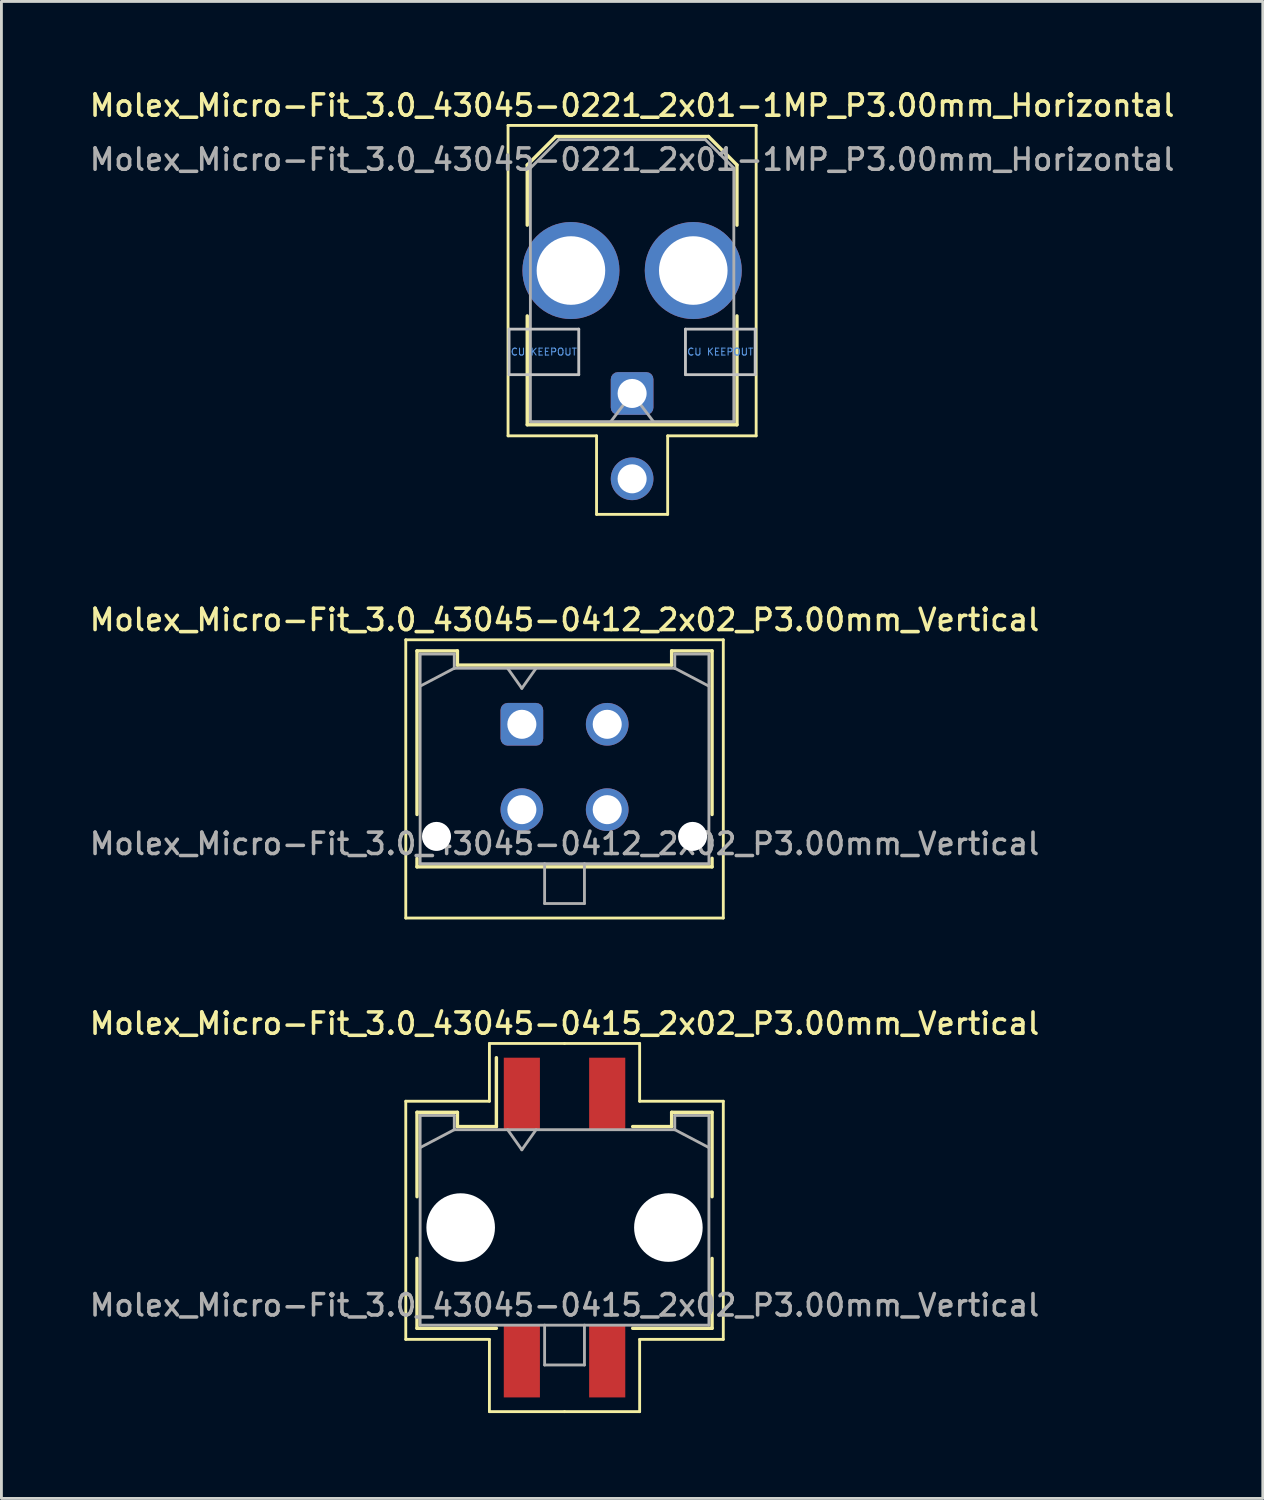
<source format=kicad_pcb>
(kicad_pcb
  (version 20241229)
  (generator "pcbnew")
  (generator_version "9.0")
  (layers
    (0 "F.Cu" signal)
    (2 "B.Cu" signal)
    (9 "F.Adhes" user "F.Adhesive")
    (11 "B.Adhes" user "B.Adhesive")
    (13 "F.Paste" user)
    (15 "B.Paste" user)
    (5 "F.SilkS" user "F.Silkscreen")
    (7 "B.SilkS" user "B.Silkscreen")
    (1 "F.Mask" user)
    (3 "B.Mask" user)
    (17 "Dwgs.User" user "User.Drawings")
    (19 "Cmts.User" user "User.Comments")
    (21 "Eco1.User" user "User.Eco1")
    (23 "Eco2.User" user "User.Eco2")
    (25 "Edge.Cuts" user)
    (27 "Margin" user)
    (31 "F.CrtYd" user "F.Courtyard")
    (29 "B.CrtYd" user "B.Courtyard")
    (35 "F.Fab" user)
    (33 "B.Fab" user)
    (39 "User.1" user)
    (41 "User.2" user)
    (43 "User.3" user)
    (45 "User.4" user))
  (footprint "Molex_Micro-Fit_3.0_43045-0412_2x02_P3.00mm_Vertical"
    (layer "F.Cu")
    (at 15.291 22.406)
    (property "Reference" "Molex_Micro-Fit_3.0_43045-0412_2x02_P3.00mm_Vertical" (at 1.5 -3.67 0) (layer "F.SilkS") (effects (font (size 0.75 0.75) (thickness 0.125))))
    (attr through_hole)
    (fp_line (start -4.08 -2.97) (end 7.08 -2.97) (stroke (width 0.1) (type solid)) (layer "F.SilkS"))
    (fp_line (start -4.08 6.81) (end -4.08 -2.97) (stroke (width 0.1) (type solid)) (layer "F.SilkS"))
    (fp_line (start -3.685 -2.58) (end -2.265 -2.58) (stroke (width 0.12) (type solid)) (layer "F.SilkS"))
    (fp_line (start -3.685 3.17) (end -3.685 -2.58) (stroke (width 0.12) (type solid)) (layer "F.SilkS"))
    (fp_line (start -3.685 4.71) (end -3.685 5.01) (stroke (width 0.12) (type solid)) (layer "F.SilkS"))
    (fp_line (start -3.685 5.01) (end 6.685 5.01) (stroke (width 0.12) (type solid)) (layer "F.SilkS"))
    (fp_line (start -2.265 -2.58) (end -2.265 -2.08) (stroke (width 0.12) (type solid)) (layer "F.SilkS"))
    (fp_line (start -2.265 -2.08) (end 5.265 -2.08) (stroke (width 0.12) (type solid)) (layer "F.SilkS"))
    (fp_line (start 5.265 -2.58) (end 6.685 -2.58) (stroke (width 0.12) (type solid)) (layer "F.SilkS"))
    (fp_line (start 5.265 -2.08) (end 5.265 -2.58) (stroke (width 0.12) (type solid)) (layer "F.SilkS"))
    (fp_line (start 6.685 -2.58) (end 6.685 3.17) (stroke (width 0.12) (type solid)) (layer "F.SilkS"))
    (fp_line (start 6.685 5.01) (end 6.685 4.71) (stroke (width 0.12) (type solid)) (layer "F.SilkS"))
    (fp_line (start 7.08 -2.97) (end 7.08 6.81) (stroke (width 0.1) (type solid)) (layer "F.SilkS"))
    (fp_line (start 7.08 6.81) (end -4.08 6.81) (stroke (width 0.1) (type solid)) (layer "F.SilkS"))
    (fp_line (start -3.575 -2.47) (end -3.575 4.9) (stroke (width 0.1) (type solid)) (layer "F.Fab"))
    (fp_line (start -3.575 -1.34) (end -2.375 -1.97) (stroke (width 0.1) (type solid)) (layer "F.Fab"))
    (fp_line (start -3.575 4.9) (end 6.575 4.9) (stroke (width 0.1) (type solid)) (layer "F.Fab"))
    (fp_line (start -2.375 -2.47) (end -3.575 -2.47) (stroke (width 0.1) (type solid)) (layer "F.Fab"))
    (fp_line (start -2.375 -1.97) (end -2.375 -2.47) (stroke (width 0.1) (type solid)) (layer "F.Fab"))
    (fp_line (start -0.5 -1.97) (end 0 -1.263) (stroke (width 0.1) (type solid)) (layer "F.Fab"))
    (fp_line (start 0 -1.263) (end 0.5 -1.97) (stroke (width 0.1) (type solid)) (layer "F.Fab"))
    (fp_line (start 0.8 4.9) (end 0.8 6.3) (stroke (width 0.1) (type solid)) (layer "F.Fab"))
    (fp_line (start 0.8 6.3) (end 2.2 6.3) (stroke (width 0.1) (type solid)) (layer "F.Fab"))
    (fp_line (start 2.2 6.3) (end 2.2 4.9) (stroke (width 0.1) (type solid)) (layer "F.Fab"))
    (fp_line (start 5.375 -2.47) (end 5.375 -1.97) (stroke (width 0.1) (type solid)) (layer "F.Fab"))
    (fp_line (start 5.375 -1.97) (end -2.375 -1.97) (stroke (width 0.1) (type solid)) (layer "F.Fab"))
    (fp_line (start 6.575 -2.47) (end 5.375 -2.47) (stroke (width 0.1) (type solid)) (layer "F.Fab"))
    (fp_line (start 6.575 -1.34) (end 5.375 -1.97) (stroke (width 0.1) (type solid)) (layer "F.Fab"))
    (fp_line (start 6.575 4.9) (end 6.575 -2.47) (stroke (width 0.1) (type solid)) (layer "F.Fab"))
    (fp_text user "${REFERENCE}" (at 1.5 4.2 0) (layer "F.Fab") (effects (font (size 0.75 0.75) (thickness 0.125))))
    (pad "" np_thru_hole circle (at -3 3.94) (size 1.02 1.02) (drill 1.02) (layers "*.Cu" "*.Mask"))
    (pad "" np_thru_hole circle (at 6 3.94) (size 1.02 1.02) (drill 1.02) (layers "*.Cu" "*.Mask"))
    (pad "1" thru_hole roundrect (at 0 0) (size 1.5 1.5) (drill 1.02) (layers "*.Cu" "*.Mask") (roundrect_rratio 0.167))
    (pad "2" thru_hole circle (at 3 0) (size 1.5 1.5) (drill 1.02) (layers "*.Cu" "*.Mask"))
    (pad "3" thru_hole circle (at 0 3) (size 1.5 1.5) (drill 1.02) (layers "*.Cu" "*.Mask"))
    (pad "4" thru_hole circle (at 3 3) (size 1.5 1.5) (drill 1.02) (layers "*.Cu" "*.Mask")))
  (footprint "Molex_Micro-Fit_3.0_43045-0415_2x02_P3.00mm_Vertical"
    (layer "F.Cu")
    (at 16.791 40.094)
    (property "Reference" "Molex_Micro-Fit_3.0_43045-0415_2x02_P3.00mm_Vertical" (at 0 -7.17 0) (layer "F.SilkS") (effects (font (size 0.75 0.75) (thickness 0.125))))
    (attr smd)
    (fp_line (start -5.58 -4.44) (end -5.58 3.93) (stroke (width 0.1) (type solid)) (layer "F.SilkS"))
    (fp_line (start -5.58 3.93) (end -2.64 3.93) (stroke (width 0.1) (type solid)) (layer "F.SilkS"))
    (fp_line (start -5.185 -4.05) (end -3.765 -4.05) (stroke (width 0.12) (type solid)) (layer "F.SilkS"))
    (fp_line (start -5.185 -1.085) (end -5.185 -4.05) (stroke (width 0.12) (type solid)) (layer "F.SilkS"))
    (fp_line (start -5.185 1.085) (end -5.185 3.54) (stroke (width 0.12) (type solid)) (layer "F.SilkS"))
    (fp_line (start -5.185 3.54) (end -2.395 3.54) (stroke (width 0.12) (type solid)) (layer "F.SilkS"))
    (fp_line (start -3.765 -4.05) (end -3.765 -3.55) (stroke (width 0.12) (type solid)) (layer "F.SilkS"))
    (fp_line (start -3.765 -3.55) (end -2.395 -3.55) (stroke (width 0.12) (type solid)) (layer "F.SilkS"))
    (fp_line (start -2.64 -6.47) (end -2.64 -4.44) (stroke (width 0.1) (type solid)) (layer "F.SilkS"))
    (fp_line (start -2.64 -4.44) (end -5.58 -4.44) (stroke (width 0.1) (type solid)) (layer "F.SilkS"))
    (fp_line (start -2.64 3.93) (end -2.64 6.47) (stroke (width 0.1) (type solid)) (layer "F.SilkS"))
    (fp_line (start -2.64 6.47) (end 0 6.47) (stroke (width 0.1) (type solid)) (layer "F.SilkS"))
    (fp_line (start -2.395 -3.55) (end -2.395 -5.97) (stroke (width 0.12) (type solid)) (layer "F.SilkS"))
    (fp_line (start 0 -6.47) (end -2.64 -6.47) (stroke (width 0.1) (type solid)) (layer "F.SilkS"))
    (fp_line (start 0 -6.47) (end 2.64 -6.47) (stroke (width 0.1) (type solid)) (layer "F.SilkS"))
    (fp_line (start 2.64 -6.47) (end 2.64 -4.44) (stroke (width 0.1) (type solid)) (layer "F.SilkS"))
    (fp_line (start 2.64 -4.44) (end 5.58 -4.44) (stroke (width 0.1) (type solid)) (layer "F.SilkS"))
    (fp_line (start 2.64 3.93) (end 2.64 6.47) (stroke (width 0.1) (type solid)) (layer "F.SilkS"))
    (fp_line (start 2.64 6.47) (end 0 6.47) (stroke (width 0.1) (type solid)) (layer "F.SilkS"))
    (fp_line (start 3.765 -4.05) (end 3.765 -3.55) (stroke (width 0.12) (type solid)) (layer "F.SilkS"))
    (fp_line (start 3.765 -3.55) (end 2.395 -3.55) (stroke (width 0.12) (type solid)) (layer "F.SilkS"))
    (fp_line (start 5.185 -4.05) (end 3.765 -4.05) (stroke (width 0.12) (type solid)) (layer "F.SilkS"))
    (fp_line (start 5.185 -1.085) (end 5.185 -4.05) (stroke (width 0.12) (type solid)) (layer "F.SilkS"))
    (fp_line (start 5.185 1.085) (end 5.185 3.54) (stroke (width 0.12) (type solid)) (layer "F.SilkS"))
    (fp_line (start 5.185 3.54) (end 2.395 3.54) (stroke (width 0.12) (type solid)) (layer "F.SilkS"))
    (fp_line (start 5.58 -4.44) (end 5.58 3.93) (stroke (width 0.1) (type solid)) (layer "F.SilkS"))
    (fp_line (start 5.58 3.93) (end 2.64 3.93) (stroke (width 0.1) (type solid)) (layer "F.SilkS"))
    (fp_line (start -5.075 -3.94) (end -5.075 3.43) (stroke (width 0.1) (type solid)) (layer "F.Fab"))
    (fp_line (start -5.075 -2.81) (end -3.875 -3.44) (stroke (width 0.1) (type solid)) (layer "F.Fab"))
    (fp_line (start -5.075 3.43) (end 5.075 3.43) (stroke (width 0.1) (type solid)) (layer "F.Fab"))
    (fp_line (start -3.875 -3.94) (end -5.075 -3.94) (stroke (width 0.1) (type solid)) (layer "F.Fab"))
    (fp_line (start -3.875 -3.44) (end -3.875 -3.94) (stroke (width 0.1) (type solid)) (layer "F.Fab"))
    (fp_line (start -2 -3.44) (end -1.5 -2.733) (stroke (width 0.1) (type solid)) (layer "F.Fab"))
    (fp_line (start -1.5 -2.733) (end -1 -3.44) (stroke (width 0.1) (type solid)) (layer "F.Fab"))
    (fp_line (start -0.7 3.43) (end -0.7 4.83) (stroke (width 0.1) (type solid)) (layer "F.Fab"))
    (fp_line (start -0.7 4.83) (end 0.7 4.83) (stroke (width 0.1) (type solid)) (layer "F.Fab"))
    (fp_line (start 0.7 4.83) (end 0.7 3.43) (stroke (width 0.1) (type solid)) (layer "F.Fab"))
    (fp_line (start 3.875 -3.94) (end 3.875 -3.44) (stroke (width 0.1) (type solid)) (layer "F.Fab"))
    (fp_line (start 3.875 -3.44) (end -3.875 -3.44) (stroke (width 0.1) (type solid)) (layer "F.Fab"))
    (fp_line (start 5.075 -3.94) (end 3.875 -3.94) (stroke (width 0.1) (type solid)) (layer "F.Fab"))
    (fp_line (start 5.075 -2.81) (end 3.875 -3.44) (stroke (width 0.1) (type solid)) (layer "F.Fab"))
    (fp_line (start 5.075 3.43) (end 5.075 -3.94) (stroke (width 0.1) (type solid)) (layer "F.Fab"))
    (fp_text user "${REFERENCE}" (at 0 2.73 0) (layer "F.Fab") (effects (font (size 0.75 0.75) (thickness 0.125))))
    (pad "" np_thru_hole circle (at -3.65 0) (size 2.41 2.41) (drill 2.41) (layers "*.Cu" "*.Mask"))
    (pad "" np_thru_hole circle (at 3.65 0) (size 2.41 2.41) (drill 2.41) (layers "*.Cu" "*.Mask"))
    (pad "1" smd rect (at -1.5 -4.7) (size 1.27 2.54) (layers "F.Cu" "F.Mask" "F.Paste"))
    (pad "2" smd rect (at 1.5 -4.7) (size 1.27 2.54) (layers "F.Cu" "F.Mask" "F.Paste"))
    (pad "3" smd rect (at -1.5 4.7) (size 1.27 2.54) (layers "F.Cu" "F.Mask" "F.Paste"))
    (pad "4" smd rect (at 1.5 4.7) (size 1.27 2.54) (layers "F.Cu" "F.Mask" "F.Paste")))
  (footprint "Molex_Micro-Fit_3.0_43045-0221_2x01-1MP_P3.00mm_Horizontal"
    (layer "F.Cu")
    (at 19.166 10.778)
    (property "Reference" "Molex_Micro-Fit_3.0_43045-0221_2x01-1MP_P3.00mm_Horizontal" (at 0 -10.12 0) (layer "F.SilkS") (effects (font (size 0.75 0.75) (thickness 0.125))))
    (attr through_hole)
    (fp_line (start -4.36 -9.42) (end 4.36 -9.42) (stroke (width 0.1) (type solid)) (layer "F.SilkS"))
    (fp_line (start -4.36 1.49) (end -4.36 -9.42) (stroke (width 0.1) (type solid)) (layer "F.SilkS"))
    (fp_line (start -3.685 -8.03) (end -2.685 -9.03) (stroke (width 0.12) (type solid)) (layer "F.SilkS"))
    (fp_line (start -3.685 -5.915) (end -3.685 -8.03) (stroke (width 0.12) (type solid)) (layer "F.SilkS"))
    (fp_line (start -3.685 -2.725) (end -3.685 1.1) (stroke (width 0.12) (type solid)) (layer "F.SilkS"))
    (fp_line (start -3.685 1.1) (end 3.685 1.1) (stroke (width 0.12) (type solid)) (layer "F.SilkS"))
    (fp_line (start -2.685 -9.03) (end 2.685 -9.03) (stroke (width 0.12) (type solid)) (layer "F.SilkS"))
    (fp_line (start -1.25 1.49) (end -4.36 1.49) (stroke (width 0.1) (type solid)) (layer "F.SilkS"))
    (fp_line (start -1.25 4.25) (end -1.25 1.49) (stroke (width 0.1) (type solid)) (layer "F.SilkS"))
    (fp_line (start 1.25 1.49) (end 1.25 4.25) (stroke (width 0.1) (type solid)) (layer "F.SilkS"))
    (fp_line (start 1.25 4.25) (end -1.25 4.25) (stroke (width 0.1) (type solid)) (layer "F.SilkS"))
    (fp_line (start 2.685 -9.03) (end 3.685 -8.03) (stroke (width 0.12) (type solid)) (layer "F.SilkS"))
    (fp_line (start 3.685 -8.03) (end 3.685 -5.915) (stroke (width 0.12) (type solid)) (layer "F.SilkS"))
    (fp_line (start 3.685 1.1) (end 3.685 -2.725) (stroke (width 0.12) (type solid)) (layer "F.SilkS"))
    (fp_line (start 4.36 -9.42) (end 4.36 1.49) (stroke (width 0.1) (type solid)) (layer "F.SilkS"))
    (fp_line (start 4.36 1.49) (end 1.25 1.49) (stroke (width 0.1) (type solid)) (layer "F.SilkS"))
    (fp_line (start -4.325 -2.26) (end -4.325 -0.66) (stroke (width 0.1) (type solid)) (layer "Dwgs.User"))
    (fp_line (start -4.325 -0.66) (end -1.875 -0.66) (stroke (width 0.1) (type solid)) (layer "Dwgs.User"))
    (fp_line (start -1.875 -2.26) (end -4.325 -2.26) (stroke (width 0.1) (type solid)) (layer "Dwgs.User"))
    (fp_line (start -1.875 -0.66) (end -1.875 -2.26) (stroke (width 0.1) (type solid)) (layer "Dwgs.User"))
    (fp_line (start 1.875 -2.26) (end 1.875 -0.66) (stroke (width 0.1) (type solid)) (layer "Dwgs.User"))
    (fp_line (start 1.875 -0.66) (end 4.325 -0.66) (stroke (width 0.1) (type solid)) (layer "Dwgs.User"))
    (fp_line (start 4.325 -2.26) (end 1.875 -2.26) (stroke (width 0.1) (type solid)) (layer "Dwgs.User"))
    (fp_line (start 4.325 -0.66) (end 4.325 -2.26) (stroke (width 0.1) (type solid)) (layer "Dwgs.User"))
    (fp_line (start -3.575 -7.92) (end -2.575 -8.92) (stroke (width 0.1) (type solid)) (layer "F.Fab"))
    (fp_line (start -3.575 0.99) (end -3.575 -7.92) (stroke (width 0.1) (type solid)) (layer "F.Fab"))
    (fp_line (start -2.575 -8.92) (end 2.575 -8.92) (stroke (width 0.1) (type solid)) (layer "F.Fab"))
    (fp_line (start -0.75 0.99) (end 0 0) (stroke (width 0.1) (type solid)) (layer "F.Fab"))
    (fp_line (start 0 0) (end 0.75 0.99) (stroke (width 0.1) (type solid)) (layer "F.Fab"))
    (fp_line (start 2.575 -8.92) (end 3.575 -7.92) (stroke (width 0.1) (type solid)) (layer "F.Fab"))
    (fp_line (start 3.575 -7.92) (end 3.575 0.99) (stroke (width 0.1) (type solid)) (layer "F.Fab"))
    (fp_line (start 3.575 0.99) (end -3.575 0.99) (stroke (width 0.1) (type solid)) (layer "F.Fab"))
    (fp_text user "CU KEEPOUT" (at -3.1 -1.46 0) (layer "Cmts.User") (effects (font (size 0.245 0.245) (thickness 0.037))))
    (fp_text user "CU KEEPOUT" (at 3.1 -1.46 0) (layer "Cmts.User") (effects (font (size 0.245 0.245) (thickness 0.037))))
    (fp_text user "${REFERENCE}" (at 0 -8.22 0) (layer "F.Fab") (effects (font (size 0.75 0.75) (thickness 0.125))))
    (pad "1" thru_hole roundrect (at 0 0) (size 1.5 1.5) (drill 1.02) (layers "*.Cu" "*.Mask") (roundrect_rratio 0.167))
    (pad "2" thru_hole circle (at 0 3) (size 1.5 1.5) (drill 1.02) (layers "*.Cu" "*.Mask"))
    (pad "MP" thru_hole circle (at -2.15 -4.32) (size 3.41 3.41) (drill 2.41) (layers "*.Cu" "*.Mask"))
    (pad "MP" thru_hole circle (at 2.15 -4.32) (size 3.41 3.41) (drill 2.41) (layers "*.Cu" "*.Mask")))
  (gr_rect
    (start -3 -3)
    (end 41.332 49.614)
    (stroke (width 0.1) (type default))
    (fill no)
    (layer "Edge.Cuts")))
</source>
